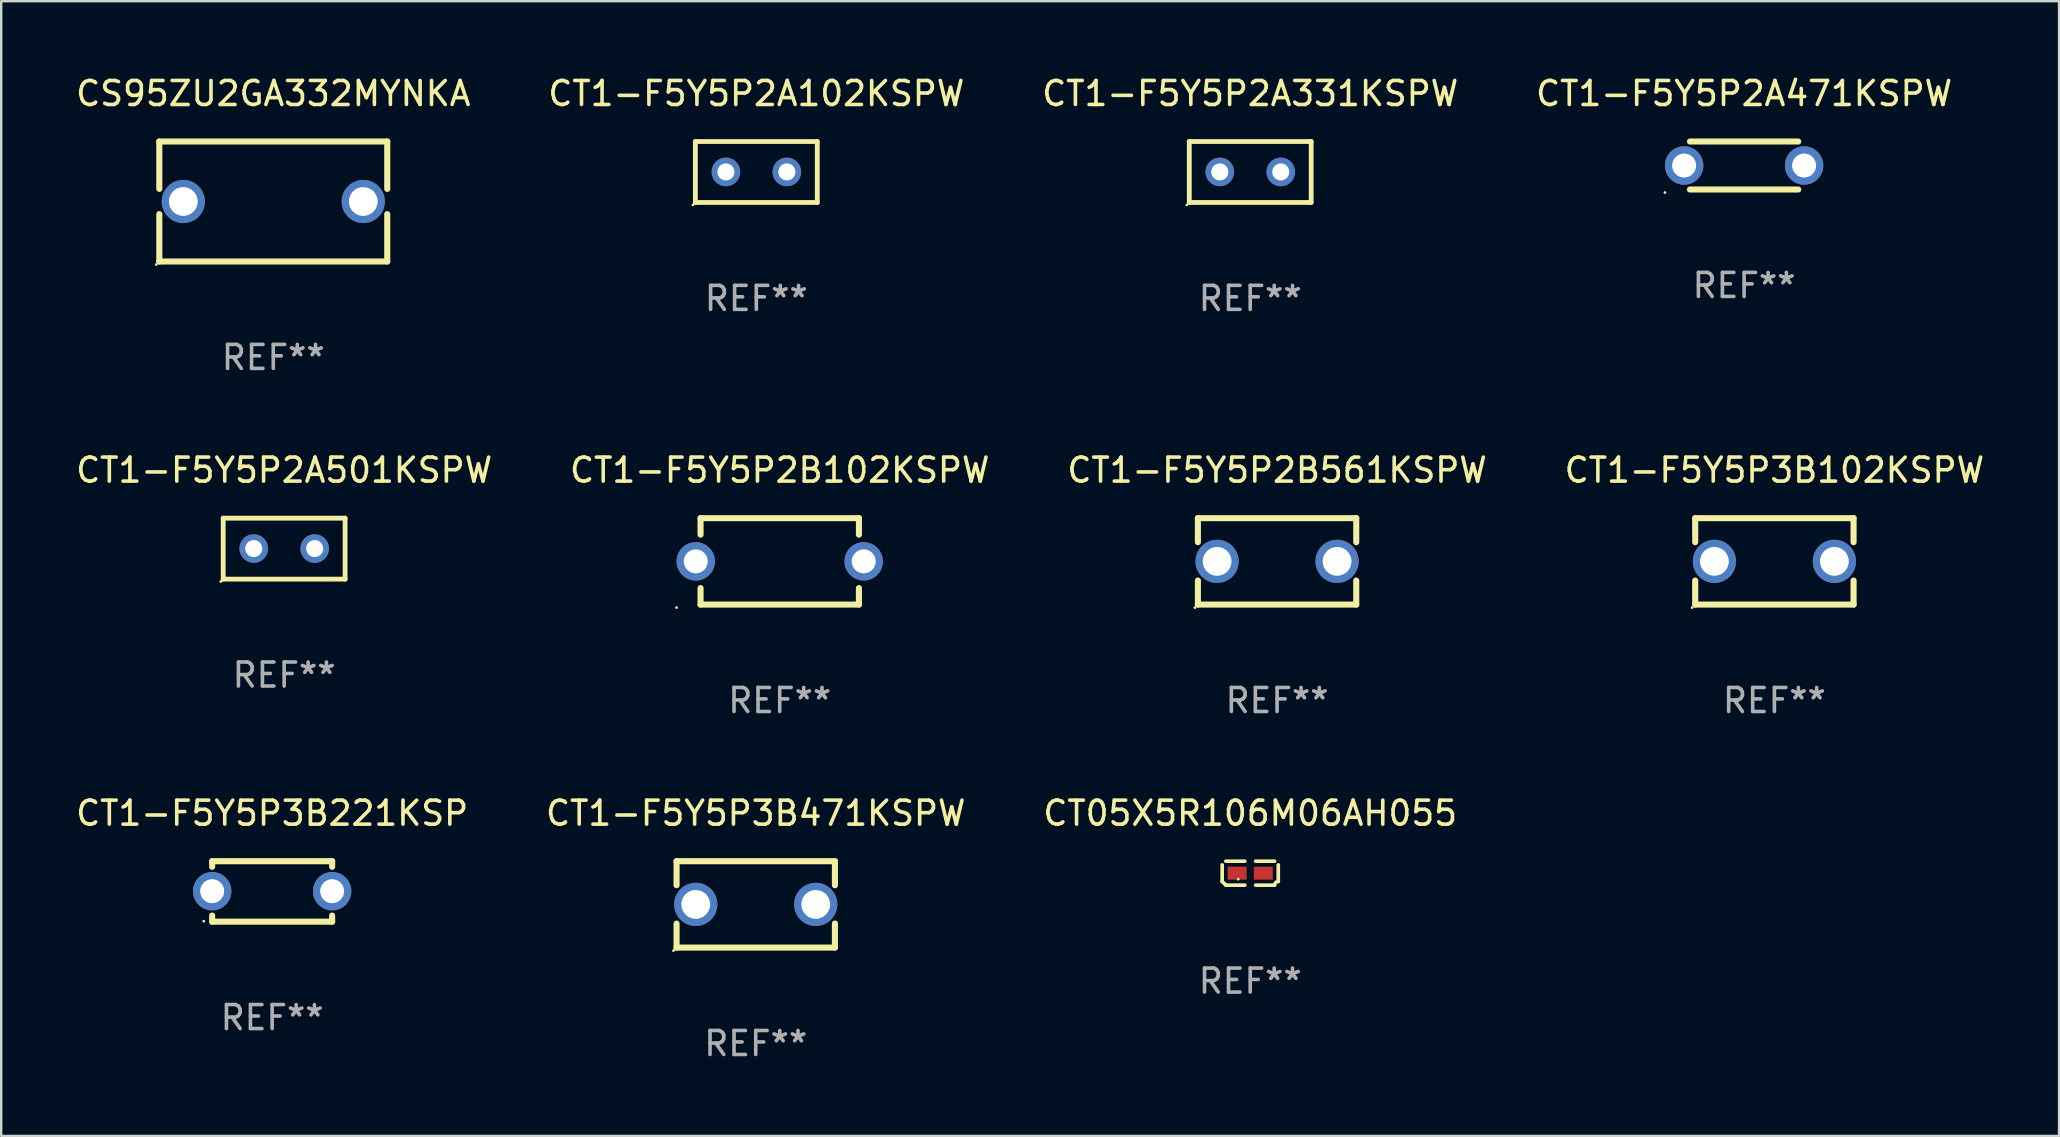
<source format=kicad_pcb>
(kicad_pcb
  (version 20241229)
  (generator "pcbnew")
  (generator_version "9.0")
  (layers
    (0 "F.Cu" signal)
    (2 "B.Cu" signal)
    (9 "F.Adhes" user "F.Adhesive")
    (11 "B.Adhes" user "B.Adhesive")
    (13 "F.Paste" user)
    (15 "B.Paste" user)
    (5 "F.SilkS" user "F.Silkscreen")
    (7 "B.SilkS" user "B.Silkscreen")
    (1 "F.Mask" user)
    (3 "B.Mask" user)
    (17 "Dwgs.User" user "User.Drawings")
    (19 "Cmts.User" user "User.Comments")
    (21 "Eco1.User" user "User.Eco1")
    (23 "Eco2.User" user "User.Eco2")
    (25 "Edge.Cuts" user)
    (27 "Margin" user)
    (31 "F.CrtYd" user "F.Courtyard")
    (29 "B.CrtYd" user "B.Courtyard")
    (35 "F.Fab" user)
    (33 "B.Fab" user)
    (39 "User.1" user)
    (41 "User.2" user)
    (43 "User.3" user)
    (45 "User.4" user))
  (footprint "CT1-F5Y5P3B221KSP"
    (layer "F.Cu")
    (at 8.292 34.101)
    (property "Reference" "CT1-F5Y5P3B221KSP" (at 0 -3.26 0) (layer "F.SilkS") (effects (font (size 1 1) (thickness 0.15))))
    (attr through_hole)
    (fp_line (start -2.5 -1.26) (end -2.5 -1.026) (stroke (width 0.254) (type solid)) (layer "F.SilkS"))
    (fp_line (start -2.5 -1.26) (end 2.5 -1.26) (stroke (width 0.254) (type solid)) (layer "F.SilkS"))
    (fp_line (start -2.5 1.26) (end -2.5 1.006) (stroke (width 0.254) (type solid)) (layer "F.SilkS"))
    (fp_line (start 2.5 -1.26) (end 2.5 -1.026) (stroke (width 0.254) (type solid)) (layer "F.SilkS"))
    (fp_line (start 2.5 1.26) (end -2.5 1.26) (stroke (width 0.254) (type solid)) (layer "F.SilkS"))
    (fp_line (start 2.5 1.26) (end 2.5 1.006) (stroke (width 0.254) (type solid)) (layer "F.SilkS"))
    (fp_circle (center -2.85 1.24) (end -2.82 1.24) (stroke (width 0.06) (type solid)) (fill no) (layer "F.SilkS"))
    (fp_text user "REF**" (at 0 5.26 0) (layer "F.Fab") (effects (font (size 1 1) (thickness 0.15))))
    (pad "1" thru_hole circle (at -2.5 -0.01) (size 1.6 1.6) (drill 1) (layers "*.Cu" "*.Mask"))
    (pad "2" thru_hole circle (at 2.5 -0.01) (size 1.6 1.6) (drill 1) (layers "*.Cu" "*.Mask")))
  (footprint "CT05X5R106M06AH055"
    (layer "F.Cu")
    (at 49.054 33.34)
    (property "Reference" "CT05X5R106M06AH055" (at 0 -2.499 0) (layer "F.SilkS") (effects (font (size 1 1) (thickness 0.15))))
    (attr through_hole)
    (fp_line (start -1.169 0.346) (end -1.169 -0.346) (stroke (width 0.152) (type solid)) (layer "F.SilkS"))
    (fp_line (start -1.016 -0.499) (end -0.226 -0.499) (stroke (width 0.152) (type solid)) (layer "F.SilkS"))
    (fp_line (start -0.226 0.499) (end -1.016 0.499) (stroke (width 0.152) (type solid)) (layer "F.SilkS"))
    (fp_line (start 0.226 0.499) (end 1.016 0.499) (stroke (width 0.152) (type solid)) (layer "F.SilkS"))
    (fp_line (start 1.016 -0.499) (end 0.226 -0.499) (stroke (width 0.152) (type solid)) (layer "F.SilkS"))
    (fp_line (start 1.169 0.346) (end 1.169 -0.346) (stroke (width 0.152) (type solid)) (layer "F.SilkS"))
    (fp_arc (start -1.016307 0.498603) (mid -1.092512 0.422405) (end -1.16871 0.3462) (stroke (width 0.1524) (type solid)) (layer "F.SilkS"))
    (fp_arc (start 1.016307 0.498603) (mid 1.060899 0.390758) (end 1.168707 0.346076) (stroke (width 0.1524) (type solid)) (layer "F.SilkS"))
    (fp_circle (center -0.5 0.25) (end -0.47 0.25) (stroke (width 0.06) (type solid)) (fill no) (layer "F.SilkS"))
    (fp_text user "REF**" (at 0 4.499 0) (layer "F.Fab") (effects (font (size 1 1) (thickness 0.15))))
    (pad "1" smd rect (at -0.545 0) (size 0.79 0.54) (layers "F.Cu" "F.Mask" "F.Paste"))
    (pad "2" smd rect (at 0.545 0) (size 0.79 0.54) (layers "F.Cu" "F.Mask" "F.Paste")))
  (footprint "CT1-F5Y5P2A331KSPW"
    (layer "F.Cu")
    (at 49.054 4.118)
    (property "Reference" "CT1-F5Y5P2A331KSPW" (at 0 -3.27 0) (layer "F.SilkS") (effects (font (size 1 1) (thickness 0.15))))
    (attr through_hole)
    (fp_line (start -2.54 -1.27) (end -2.54 1.27) (stroke (width 0.201) (type solid)) (layer "F.SilkS"))
    (fp_line (start -2.54 1.27) (end 2.54 1.27) (stroke (width 0.201) (type solid)) (layer "F.SilkS"))
    (fp_line (start 2.54 -1.27) (end -2.54 -1.27) (stroke (width 0.201) (type solid)) (layer "F.SilkS"))
    (fp_line (start 2.54 1.27) (end 2.54 -1.27) (stroke (width 0.201) (type solid)) (layer "F.SilkS"))
    (fp_circle (center -2.64 1.37) (end -2.61 1.37) (stroke (width 0.06) (type solid)) (fill no) (layer "F.SilkS"))
    (fp_text user "REF**" (at 0 5.27 0) (layer "F.Fab") (effects (font (size 1 1) (thickness 0.15))))
    (pad "1" thru_hole circle (at -1.267 -0.003) (size 1.194 1.194) (drill 0.711) (layers "*.Cu" "*.Mask"))
    (pad "2" thru_hole circle (at 1.273 -0.003) (size 1.194 1.194) (drill 0.711) (layers "*.Cu" "*.Mask")))
  (footprint "CT1-F5Y5P2A102KSPW"
    (layer "F.Cu")
    (at 28.47 4.118)
    (property "Reference" "CT1-F5Y5P2A102KSPW" (at 0 -3.27 0) (layer "F.SilkS") (effects (font (size 1 1) (thickness 0.15))))
    (attr through_hole)
    (fp_line (start -2.54 -1.27) (end -2.54 1.27) (stroke (width 0.201) (type solid)) (layer "F.SilkS"))
    (fp_line (start -2.54 1.27) (end 2.54 1.27) (stroke (width 0.201) (type solid)) (layer "F.SilkS"))
    (fp_line (start 2.54 -1.27) (end -2.54 -1.27) (stroke (width 0.201) (type solid)) (layer "F.SilkS"))
    (fp_line (start 2.54 1.27) (end 2.54 -1.27) (stroke (width 0.201) (type solid)) (layer "F.SilkS"))
    (fp_circle (center -2.64 1.37) (end -2.61 1.37) (stroke (width 0.06) (type solid)) (fill no) (layer "F.SilkS"))
    (fp_text user "REF**" (at 0 5.27 0) (layer "F.Fab") (effects (font (size 1 1) (thickness 0.15))))
    (pad "1" thru_hole circle (at -1.267 -0.003) (size 1.194 1.194) (drill 0.711) (layers "*.Cu" "*.Mask"))
    (pad "2" thru_hole circle (at 1.273 -0.003) (size 1.194 1.194) (drill 0.711) (layers "*.Cu" "*.Mask")))
  (footprint "CT1-F5Y5P2B102KSPW"
    (layer "F.Cu")
    (at 29.446 20.345)
    (property "Reference" "CT1-F5Y5P2B102KSPW" (at 0 -3.8 0) (layer "F.SilkS") (effects (font (size 1 1) (thickness 0.15))))
    (attr through_hole)
    (fp_line (start -3.3 -1.8) (end -3.3 -1.113) (stroke (width 0.254) (type solid)) (layer "F.SilkS"))
    (fp_line (start -3.3 -1.8) (end 3.3 -1.8) (stroke (width 0.254) (type solid)) (layer "F.SilkS"))
    (fp_line (start -3.3 1.113) (end -3.3 1.8) (stroke (width 0.254) (type solid)) (layer "F.SilkS"))
    (fp_line (start 3.3 1.8) (end -3.3 1.8) (stroke (width 0.254) (type solid)) (layer "F.SilkS"))
    (fp_line (start 3.3 -1.8) (end 3.3 -1.113) (stroke (width 0.254) (type solid)) (layer "F.SilkS"))
    (fp_line (start 3.3 1.113) (end 3.3 1.8) (stroke (width 0.254) (type solid)) (layer "F.SilkS"))
    (fp_circle (center -4.3 1.927) (end -4.27 1.927) (stroke (width 0.06) (type solid)) (fill no) (layer "F.SilkS"))
    (fp_text user "REF**" (at 0 5.8 0) (layer "F.Fab") (effects (font (size 1 1) (thickness 0.15))))
    (pad "1" thru_hole circle (at -3.5 0) (size 1.6 1.6) (drill 1) (layers "*.Cu" "*.Mask"))
    (pad "2" thru_hole circle (at 3.5 0) (size 1.6 1.6) (drill 1) (layers "*.Cu" "*.Mask")))
  (footprint "CT1-F5Y5P3B102KSPW"
    (layer "F.Cu")
    (at 70.899 20.345)
    (property "Reference" "CT1-F5Y5P3B102KSPW" (at 0 -3.8 0) (layer "F.SilkS") (effects (font (size 1 1) (thickness 0.15))))
    (attr through_hole)
    (fp_line (start -3.3 -1.8) (end -3.3 -0.799) (stroke (width 0.254) (type solid)) (layer "F.SilkS"))
    (fp_line (start -3.3 -1.8) (end 3.3 -1.8) (stroke (width 0.254) (type solid)) (layer "F.SilkS"))
    (fp_line (start -3.3 0.799) (end -3.3 1.8) (stroke (width 0.254) (type solid)) (layer "F.SilkS"))
    (fp_line (start 3.3 1.8) (end -3.3 1.8) (stroke (width 0.254) (type solid)) (layer "F.SilkS"))
    (fp_line (start 3.3 -1.8) (end 3.3 -0.799) (stroke (width 0.254) (type solid)) (layer "F.SilkS"))
    (fp_line (start 3.3 0.799) (end 3.3 1.8) (stroke (width 0.254) (type solid)) (layer "F.SilkS"))
    (fp_circle (center -3.427 1.927) (end -3.397 1.927) (stroke (width 0.06) (type solid)) (fill no) (layer "F.SilkS"))
    (fp_text user "REF**" (at 0 5.8 0) (layer "F.Fab") (effects (font (size 1 1) (thickness 0.15))))
    (pad "1" thru_hole circle (at -2.5 0) (size 1.8 1.8) (drill 1.2) (layers "*.Cu" "*.Mask"))
    (pad "2" thru_hole circle (at 2.5 0) (size 1.8 1.8) (drill 1.2) (layers "*.Cu" "*.Mask")))
  (footprint "CS95ZU2GA332MYNKA"
    (layer "F.Cu")
    (at 8.339 5.348)
    (property "Reference" "CS95ZU2GA332MYNKA" (at 0 -4.5 0) (layer "F.SilkS") (effects (font (size 1 1) (thickness 0.15))))
    (attr through_hole)
    (fp_line (start -4.75 -2.5) (end -4.75 -0.526) (stroke (width 0.254) (type solid)) (layer "F.SilkS"))
    (fp_line (start -4.75 -2.5) (end 4.75 -2.5) (stroke (width 0.254) (type solid)) (layer "F.SilkS"))
    (fp_line (start -4.75 0.526) (end -4.75 2.5) (stroke (width 0.254) (type solid)) (layer "F.SilkS"))
    (fp_line (start 4.75 2.5) (end -4.75 2.5) (stroke (width 0.254) (type solid)) (layer "F.SilkS"))
    (fp_line (start 4.75 -2.5) (end 4.75 -0.526) (stroke (width 0.254) (type solid)) (layer "F.SilkS"))
    (fp_line (start 4.75 0.526) (end 4.75 2.5) (stroke (width 0.254) (type solid)) (layer "F.SilkS"))
    (fp_circle (center -4.877 2.627) (end -4.847 2.627) (stroke (width 0.06) (type solid)) (fill no) (layer "F.SilkS"))
    (fp_text user "REF**" (at 0 6.5 0) (layer "F.Fab") (effects (font (size 1 1) (thickness 0.15))))
    (pad "1" thru_hole circle (at -3.75 0) (size 1.8 1.8) (drill 1.2) (layers "*.Cu" "*.Mask"))
    (pad "2" thru_hole circle (at 3.75 0) (size 1.8 1.8) (drill 1.2) (layers "*.Cu" "*.Mask")))
  (footprint "CT1-F5Y5P2A471KSPW"
    (layer "F.Cu")
    (at 69.637 3.848)
    (property "Reference" "CT1-F5Y5P2A471KSPW" (at 0 -3 0) (layer "F.SilkS") (effects (font (size 1 1) (thickness 0.15))))
    (attr through_hole)
    (fp_line (start -2.257 -1) (end 2.256 -1) (stroke (width 0.254) (type solid)) (layer "F.SilkS"))
    (fp_line (start -2.257 1) (end 2.256 1) (stroke (width 0.254) (type solid)) (layer "F.SilkS"))
    (fp_circle (center -3.3 1.127) (end -3.27 1.127) (stroke (width 0.06) (type solid)) (fill no) (layer "F.SilkS"))
    (fp_text user "REF**" (at 0 5 0) (layer "F.Fab") (effects (font (size 1 1) (thickness 0.15))))
    (pad "1" thru_hole circle (at -2.5 0) (size 1.6 1.6) (drill 1) (layers "*.Cu" "*.Mask"))
    (pad "2" thru_hole circle (at 2.5 0) (size 1.6 1.6) (drill 1) (layers "*.Cu" "*.Mask")))
  (footprint "CT1-F5Y5P2B561KSPW"
    (layer "F.Cu")
    (at 50.173 20.345)
    (property "Reference" "CT1-F5Y5P2B561KSPW" (at 0 -3.8 0) (layer "F.SilkS") (effects (font (size 1 1) (thickness 0.15))))
    (attr through_hole)
    (fp_line (start -3.3 -1.8) (end -3.3 -0.799) (stroke (width 0.254) (type solid)) (layer "F.SilkS"))
    (fp_line (start -3.3 -1.8) (end 3.3 -1.8) (stroke (width 0.254) (type solid)) (layer "F.SilkS"))
    (fp_line (start -3.3 0.799) (end -3.3 1.8) (stroke (width 0.254) (type solid)) (layer "F.SilkS"))
    (fp_line (start 3.3 1.8) (end -3.3 1.8) (stroke (width 0.254) (type solid)) (layer "F.SilkS"))
    (fp_line (start 3.3 -1.8) (end 3.3 -0.799) (stroke (width 0.254) (type solid)) (layer "F.SilkS"))
    (fp_line (start 3.3 0.799) (end 3.3 1.8) (stroke (width 0.254) (type solid)) (layer "F.SilkS"))
    (fp_circle (center -3.427 1.927) (end -3.397 1.927) (stroke (width 0.06) (type solid)) (fill no) (layer "F.SilkS"))
    (fp_text user "REF**" (at 0 5.8 0) (layer "F.Fab") (effects (font (size 1 1) (thickness 0.15))))
    (pad "1" thru_hole circle (at -2.5 0) (size 1.8 1.8) (drill 1.2) (layers "*.Cu" "*.Mask"))
    (pad "2" thru_hole circle (at 2.5 0) (size 1.8 1.8) (drill 1.2) (layers "*.Cu" "*.Mask")))
  (footprint "CT1-F5Y5P2A501KSPW"
    (layer "F.Cu")
    (at 8.792 19.815)
    (property "Reference" "CT1-F5Y5P2A501KSPW" (at 0 -3.27 0) (layer "F.SilkS") (effects (font (size 1 1) (thickness 0.15))))
    (attr through_hole)
    (fp_line (start -2.54 -1.27) (end -2.54 1.27) (stroke (width 0.201) (type solid)) (layer "F.SilkS"))
    (fp_line (start -2.54 1.27) (end 2.54 1.27) (stroke (width 0.201) (type solid)) (layer "F.SilkS"))
    (fp_line (start 2.54 -1.27) (end -2.54 -1.27) (stroke (width 0.201) (type solid)) (layer "F.SilkS"))
    (fp_line (start 2.54 1.27) (end 2.54 -1.27) (stroke (width 0.201) (type solid)) (layer "F.SilkS"))
    (fp_circle (center -2.64 1.37) (end -2.61 1.37) (stroke (width 0.06) (type solid)) (fill no) (layer "F.SilkS"))
    (fp_text user "REF**" (at 0 5.27 0) (layer "F.Fab") (effects (font (size 1 1) (thickness 0.15))))
    (pad "1" thru_hole circle (at -1.267 -0.003) (size 1.194 1.194) (drill 0.711) (layers "*.Cu" "*.Mask"))
    (pad "2" thru_hole circle (at 1.273 -0.003) (size 1.194 1.194) (drill 0.711) (layers "*.Cu" "*.Mask")))
  (footprint "CT1-F5Y5P3B471KSPW"
    (layer "F.Cu")
    (at 28.446 34.641)
    (property "Reference" "CT1-F5Y5P3B471KSPW" (at 0 -3.8 0) (layer "F.SilkS") (effects (font (size 1 1) (thickness 0.15))))
    (attr through_hole)
    (fp_line (start -3.3 -1.8) (end -3.3 -0.799) (stroke (width 0.254) (type solid)) (layer "F.SilkS"))
    (fp_line (start -3.3 -1.8) (end 3.3 -1.8) (stroke (width 0.254) (type solid)) (layer "F.SilkS"))
    (fp_line (start -3.3 0.799) (end -3.3 1.8) (stroke (width 0.254) (type solid)) (layer "F.SilkS"))
    (fp_line (start 3.3 1.8) (end -3.3 1.8) (stroke (width 0.254) (type solid)) (layer "F.SilkS"))
    (fp_line (start 3.3 -1.8) (end 3.3 -0.799) (stroke (width 0.254) (type solid)) (layer "F.SilkS"))
    (fp_line (start 3.3 0.799) (end 3.3 1.8) (stroke (width 0.254) (type solid)) (layer "F.SilkS"))
    (fp_circle (center -3.427 1.927) (end -3.397 1.927) (stroke (width 0.06) (type solid)) (fill no) (layer "F.SilkS"))
    (fp_text user "REF**" (at 0 5.8 0) (layer "F.Fab") (effects (font (size 1 1) (thickness 0.15))))
    (pad "1" thru_hole circle (at -2.5 0) (size 1.8 1.8) (drill 1.2) (layers "*.Cu" "*.Mask"))
    (pad "2" thru_hole circle (at 2.5 0) (size 1.8 1.8) (drill 1.2) (layers "*.Cu" "*.Mask")))
  (gr_rect
    (start -3 -3)
    (end 82.762 44.29)
    (stroke (width 0.1) (type default))
    (fill no)
    (layer "Edge.Cuts")))
</source>
